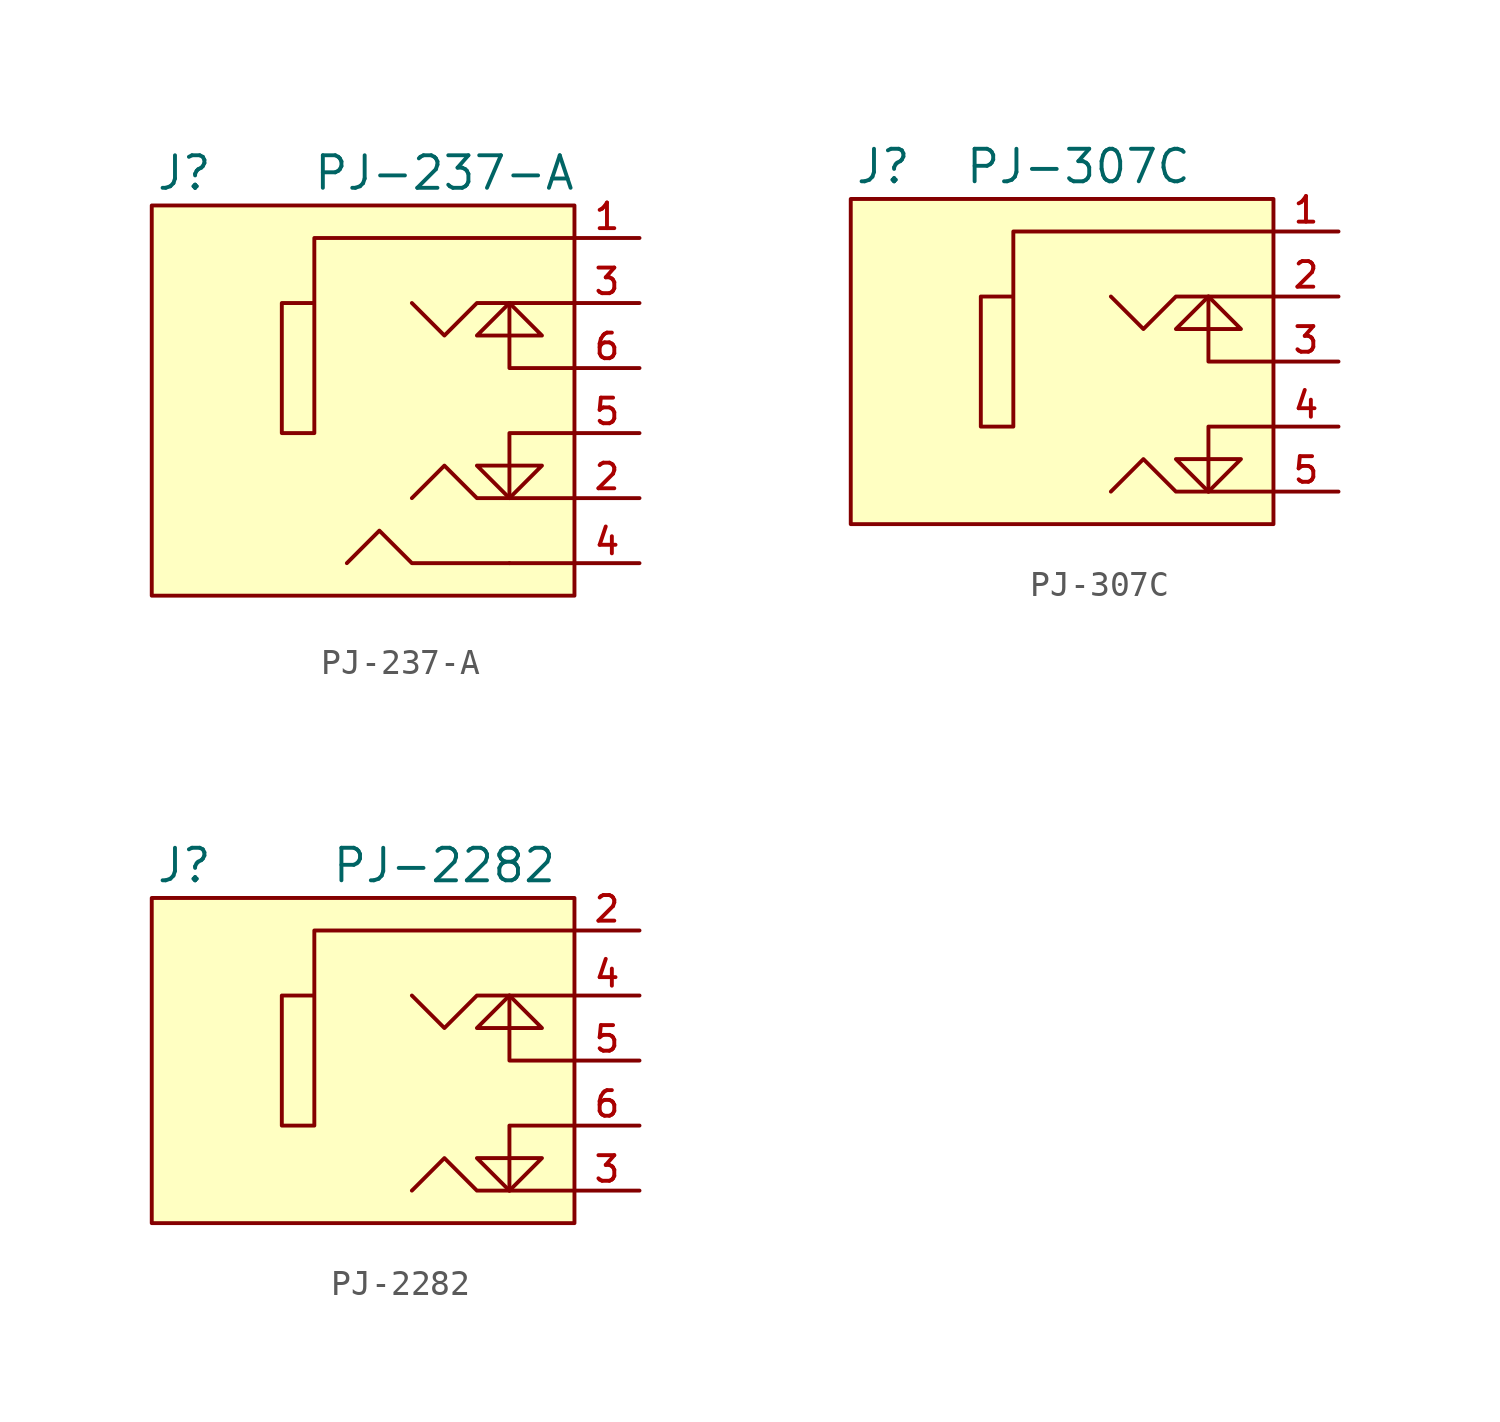
<source format=kicad_sym>
(kicad_symbol_lib
  (version 20211014)
  (generator kicad_symbol_editor)
  (symbol "PJ-237-A"
    (property "Reference" "J"
      (at -8.89 -2.54 0)
      (effects (font (size 1.27 1.27))))
    (property "Value" "PJ-237-A"
      (at 1.27 -2.54 0)
      (effects (font (size 1.27 1.27))))
    (symbol "PJ-237-A_0_1"
      (rectangle (start -10.16 -3.81) (end 6.35 -19.05) (stroke (width 0) (type default) (color 0 0 0 0)) (fill (type background)))
      (polyline (pts (xy 3.81 -17.78) (xy 6.35 -17.78)) (stroke (width 0) (type default) (color 0 0 0 0)) (fill (type none)))
      (polyline (pts (xy 6.35 -12.7) (xy 3.81 -12.7) (xy 3.81 -15.24)) (stroke (width 0) (type default) (color 0 0 0 0)) (fill (type none)))
      (polyline (pts (xy 6.35 -10.16) (xy 3.81 -10.16) (xy 3.81 -7.62)) (stroke (width 0) (type default) (color 0 0 0 0)) (fill (type none)))
      (polyline (pts (xy 3.81 -17.78) (xy 0 -17.78) (xy -1.27 -16.51) (xy -2.54 -17.78)) (stroke (width 0) (type default) (color 0 0 0 0)) (fill (type none)))
      (polyline (pts (xy 3.81 -15.24) (xy 2.54 -13.97) (xy 5.08 -13.97) (xy 3.81 -15.24)) (stroke (width 0) (type default) (color 0 0 0 0)) (fill (type none)))
      (polyline (pts (xy 3.81 -7.62) (xy 2.54 -8.89) (xy 5.08 -8.89) (xy 3.81 -7.62)) (stroke (width 0) (type default) (color 0 0 0 0)) (fill (type none)))
      (polyline (pts (xy 6.35 -15.24) (xy 2.54 -15.24) (xy 1.27 -13.97) (xy 0 -15.24)) (stroke (width 0) (type default) (color 0 0 0 0)) (fill (type none)))
      (polyline (pts (xy 6.35 -7.62) (xy 2.54 -7.62) (xy 1.27 -8.89) (xy 0 -7.62)) (stroke (width 0) (type default) (color 0 0 0 0)) (fill (type none)))
      (polyline (pts (xy 6.35 -5.08) (xy 1.27 -5.08) (xy -3.81 -5.08) (xy -3.81 -12.7) (xy -5.08 -12.7) (xy -5.08 -7.62) (xy -3.81 -7.62)) (stroke (width 0) (type default) (color 0 0 0 0)) (fill (type none))))
    (symbol "PJ-237-A_1_1"
      (pin input line (at 8.89 -5.08 180) (length 2.54) (name "" (effects (font (size 1 1)))) (number "1" (effects (font (size 1 1)))))
      (pin input line (at 8.89 -15.24 180) (length 2.54) (name "" (effects (font (size 1 1)))) (number "2" (effects (font (size 1 1)))))
      (pin input line (at 8.89 -7.62 180) (length 2.54) (name "" (effects (font (size 1 1)))) (number "3" (effects (font (size 1 1)))))
      (pin input line (at 8.89 -17.78 180) (length 2.54) (name "" (effects (font (size 1 1)))) (number "4" (effects (font (size 1 1)))))
      (pin input line (at 8.89 -12.7 180) (length 2.54) (name "" (effects (font (size 1 1)))) (number "5" (effects (font (size 1 1)))))
      (pin input line (at 8.89 -10.16 180) (length 2.54) (name "" (effects (font (size 1 1)))) (number "6" (effects (font (size 1 1)))))))
  (symbol "PJ-307C"
    (property "Reference" "J"
      (at -6.35 -1.27 0)
      (effects (font (size 1.27 1.27))))
    (property "Value" "PJ-307C"
      (at 1.27 -1.27 0)
      (effects (font (size 1.27 1.27))))
    (symbol "PJ-307C_0_1"
      (rectangle (start -7.62 -2.54) (end 8.89 -15.24) (stroke (width 0) (type default) (color 0 0 0 0)) (fill (type background)))
      (polyline (pts (xy 8.89 -11.43) (xy 6.35 -11.43) (xy 6.35 -13.97)) (stroke (width 0) (type default) (color 0 0 0 0)) (fill (type none)))
      (polyline (pts (xy 8.89 -8.89) (xy 6.35 -8.89) (xy 6.35 -6.35)) (stroke (width 0) (type default) (color 0 0 0 0)) (fill (type none)))
      (polyline (pts (xy 6.35 -13.97) (xy 5.08 -12.7) (xy 7.62 -12.7) (xy 6.35 -13.97)) (stroke (width 0) (type default) (color 0 0 0 0)) (fill (type none)))
      (polyline (pts (xy 6.35 -6.35) (xy 5.08 -7.62) (xy 7.62 -7.62) (xy 6.35 -6.35)) (stroke (width 0) (type default) (color 0 0 0 0)) (fill (type none)))
      (polyline (pts (xy 8.89 -13.97) (xy 5.08 -13.97) (xy 3.81 -12.7) (xy 2.54 -13.97)) (stroke (width 0) (type default) (color 0 0 0 0)) (fill (type none)))
      (polyline (pts (xy 8.89 -6.35) (xy 5.08 -6.35) (xy 3.81 -7.62) (xy 2.54 -6.35)) (stroke (width 0) (type default) (color 0 0 0 0)) (fill (type none)))
      (polyline (pts (xy 8.89 -3.81) (xy 3.81 -3.81) (xy -1.27 -3.81) (xy -1.27 -11.43) (xy -2.54 -11.43) (xy -2.54 -6.35) (xy -1.27 -6.35)) (stroke (width 0) (type default) (color 0 0 0 0)) (fill (type none))))
    (symbol "PJ-307C_1_1"
      (pin input line (at 11.43 -3.81 180) (length 2.54) (name "" (effects (font (size 1 1)))) (number "1" (effects (font (size 1 1)))))
      (pin input line (at 11.43 -6.35 180) (length 2.54) (name "" (effects (font (size 1 1)))) (number "2" (effects (font (size 1 1)))))
      (pin input line (at 11.43 -8.89 180) (length 2.54) (name "" (effects (font (size 1 1)))) (number "3" (effects (font (size 1 1)))))
      (pin input line (at 11.43 -11.43 180) (length 2.54) (name "" (effects (font (size 1 1)))) (number "4" (effects (font (size 1 1)))))
      (pin input line (at 11.43 -13.97 180) (length 2.54) (name "" (effects (font (size 1 1)))) (number "5" (effects (font (size 1 1)))))))
  (symbol "PJ-2282"
    (property "Reference" "J"
      (at -7.62 -1.27 0)
      (effects (font (size 1.27 1.27))))
    (property "Value" "PJ-2282"
      (at 2.54 -1.27 0)
      (effects (font (size 1.27 1.27))))
    (symbol "PJ-2282_0_1"
      (rectangle (start -8.89 -2.54) (end 7.62 -15.24) (stroke (width 0) (type default) (color 0 0 0 0)) (fill (type background)))
      (polyline (pts (xy 7.62 -11.43) (xy 5.08 -11.43) (xy 5.08 -13.97)) (stroke (width 0) (type default) (color 0 0 0 0)) (fill (type none)))
      (polyline (pts (xy 7.62 -8.89) (xy 5.08 -8.89) (xy 5.08 -6.35)) (stroke (width 0) (type default) (color 0 0 0 0)) (fill (type none)))
      (polyline (pts (xy 5.08 -13.97) (xy 3.81 -12.7) (xy 6.35 -12.7) (xy 5.08 -13.97)) (stroke (width 0) (type default) (color 0 0 0 0)) (fill (type none)))
      (polyline (pts (xy 5.08 -6.35) (xy 3.81 -7.62) (xy 6.35 -7.62) (xy 5.08 -6.35)) (stroke (width 0) (type default) (color 0 0 0 0)) (fill (type none)))
      (polyline (pts (xy 7.62 -13.97) (xy 3.81 -13.97) (xy 2.54 -12.7) (xy 1.27 -13.97)) (stroke (width 0) (type default) (color 0 0 0 0)) (fill (type none)))
      (polyline (pts (xy 7.62 -6.35) (xy 3.81 -6.35) (xy 2.54 -7.62) (xy 1.27 -6.35)) (stroke (width 0) (type default) (color 0 0 0 0)) (fill (type none)))
      (polyline (pts (xy 7.62 -3.81) (xy 2.54 -3.81) (xy -2.54 -3.81) (xy -2.54 -11.43) (xy -3.81 -11.43) (xy -3.81 -6.35) (xy -2.54 -6.35)) (stroke (width 0) (type default) (color 0 0 0 0)) (fill (type none))))
    (symbol "PJ-2282_1_1"
      (pin input line (at 10.16 -3.81 180) (length 2.54) (name "" (effects (font (size 1 1)))) (number "2" (effects (font (size 1 1)))))
      (pin input line (at 10.16 -13.97 180) (length 2.54) (name "" (effects (font (size 1 1)))) (number "3" (effects (font (size 1 1)))))
      (pin input line (at 10.16 -6.35 180) (length 2.54) (name "" (effects (font (size 1 1)))) (number "4" (effects (font (size 1 1)))))
      (pin input line (at 10.16 -8.89 180) (length 2.54) (name "" (effects (font (size 1 1)))) (number "5" (effects (font (size 1 1)))))
      (pin input line (at 10.16 -11.43 180) (length 2.54) (name "" (effects (font (size 1 1)))) (number "6" (effects (font (size 1 1))))))))
</source>
